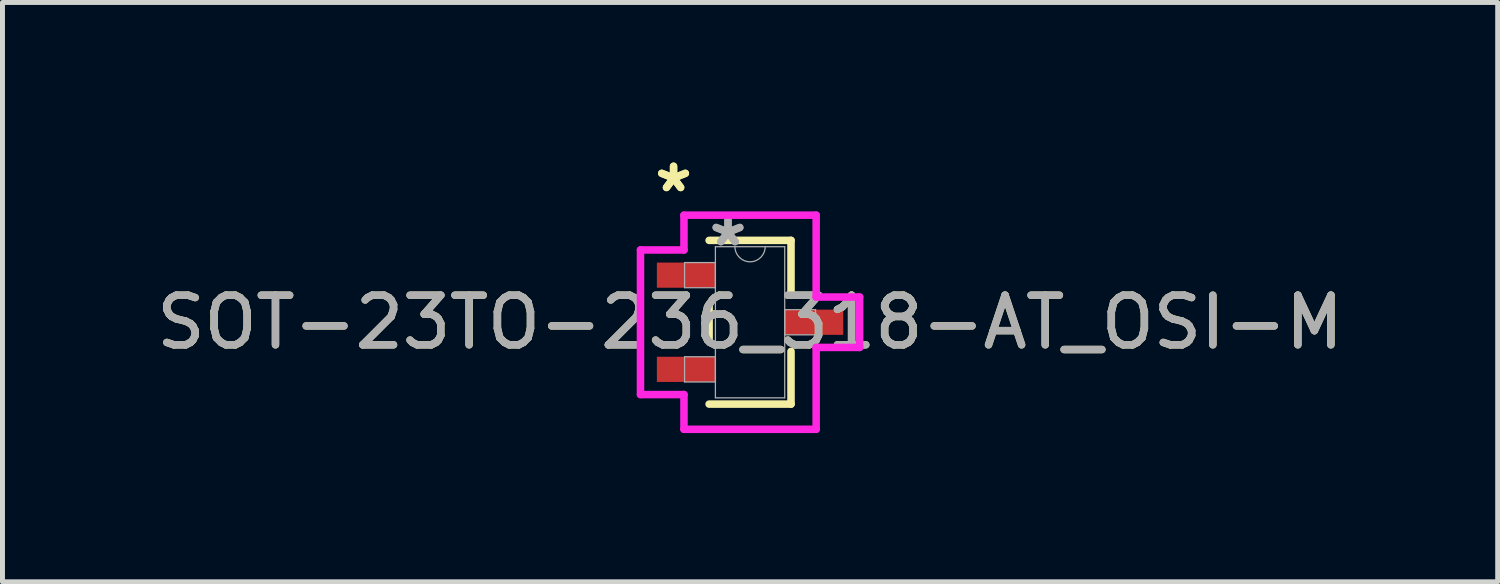
<source format=kicad_pcb>
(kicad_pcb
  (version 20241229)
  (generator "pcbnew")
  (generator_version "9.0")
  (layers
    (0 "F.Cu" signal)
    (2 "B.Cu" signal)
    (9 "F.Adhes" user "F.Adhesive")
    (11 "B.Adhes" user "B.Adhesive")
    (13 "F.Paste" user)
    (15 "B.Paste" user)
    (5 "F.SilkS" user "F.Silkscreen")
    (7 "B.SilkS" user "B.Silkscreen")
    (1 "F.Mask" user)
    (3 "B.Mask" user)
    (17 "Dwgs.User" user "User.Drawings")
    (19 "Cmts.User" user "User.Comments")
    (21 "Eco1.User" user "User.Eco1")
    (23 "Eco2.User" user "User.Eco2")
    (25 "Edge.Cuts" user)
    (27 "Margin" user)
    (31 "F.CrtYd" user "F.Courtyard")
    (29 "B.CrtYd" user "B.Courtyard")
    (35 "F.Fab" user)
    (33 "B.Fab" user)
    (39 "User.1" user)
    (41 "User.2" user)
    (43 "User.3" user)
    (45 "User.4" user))
  (footprint "SOT-23TO-236_318-AT_OSI-M"
    (layer "F.Cu")
    (at 12.077 3.449)
    (property "Reference" "SOT-23TO-236_318-AT_OSI-M" (at 0 0 0) (unlocked yes) (layer "F.SilkS") (effects (font (size 1 1) (thickness 0.15))))
    (attr smd)
    (fp_line (start -0.826 -0.363) (end -0.826 0.363) (stroke (width 0.152) (type solid)) (layer "F.SilkS"))
    (fp_line (start -0.826 1.651) (end 0.826 1.651) (stroke (width 0.152) (type solid)) (layer "F.SilkS"))
    (fp_line (start 0.826 -1.651) (end -0.826 -1.651) (stroke (width 0.152) (type solid)) (layer "F.SilkS"))
    (fp_line (start 0.826 -0.587) (end 0.826 -1.651) (stroke (width 0.152) (type solid)) (layer "F.SilkS"))
    (fp_line (start 0.826 1.651) (end 0.826 0.587) (stroke (width 0.152) (type solid)) (layer "F.SilkS"))
    (fp_line (start -2.21 -1.458) (end -1.333 -1.458) (stroke (width 0.152) (type solid)) (layer "F.CrtYd"))
    (fp_line (start -2.21 1.458) (end -2.21 -1.458) (stroke (width 0.152) (type solid)) (layer "F.CrtYd"))
    (fp_line (start -1.333 -2.159) (end 1.333 -2.159) (stroke (width 0.152) (type solid)) (layer "F.CrtYd"))
    (fp_line (start -1.333 -1.458) (end -1.333 -2.159) (stroke (width 0.152) (type solid)) (layer "F.CrtYd"))
    (fp_line (start -1.333 1.458) (end -2.21 1.458) (stroke (width 0.152) (type solid)) (layer "F.CrtYd"))
    (fp_line (start -1.333 2.159) (end -1.333 1.458) (stroke (width 0.152) (type solid)) (layer "F.CrtYd"))
    (fp_line (start 1.333 -2.159) (end 1.333 -0.508) (stroke (width 0.152) (type solid)) (layer "F.CrtYd"))
    (fp_line (start 1.333 -0.508) (end 2.21 -0.508) (stroke (width 0.152) (type solid)) (layer "F.CrtYd"))
    (fp_line (start 1.333 0.508) (end 1.333 2.159) (stroke (width 0.152) (type solid)) (layer "F.CrtYd"))
    (fp_line (start 1.333 2.159) (end -1.333 2.159) (stroke (width 0.152) (type solid)) (layer "F.CrtYd"))
    (fp_line (start 2.21 -0.508) (end 2.21 0.508) (stroke (width 0.152) (type solid)) (layer "F.CrtYd"))
    (fp_line (start 2.21 0.508) (end 1.333 0.508) (stroke (width 0.152) (type solid)) (layer "F.CrtYd"))
    (fp_line (start -1.321 -1.204) (end -1.321 -0.696) (stroke (width 0.025) (type solid)) (layer "F.Fab"))
    (fp_line (start -1.321 -0.696) (end -0.699 -0.696) (stroke (width 0.025) (type solid)) (layer "F.Fab"))
    (fp_line (start -1.321 0.696) (end -1.321 1.204) (stroke (width 0.025) (type solid)) (layer "F.Fab"))
    (fp_line (start -1.321 1.204) (end -0.699 1.204) (stroke (width 0.025) (type solid)) (layer "F.Fab"))
    (fp_line (start -0.699 -1.524) (end -0.699 1.524) (stroke (width 0.025) (type solid)) (layer "F.Fab"))
    (fp_line (start -0.699 -1.204) (end -1.321 -1.204) (stroke (width 0.025) (type solid)) (layer "F.Fab"))
    (fp_line (start -0.699 -0.696) (end -0.699 -1.204) (stroke (width 0.025) (type solid)) (layer "F.Fab"))
    (fp_line (start -0.699 0.696) (end -1.321 0.696) (stroke (width 0.025) (type solid)) (layer "F.Fab"))
    (fp_line (start -0.699 1.204) (end -0.699 0.696) (stroke (width 0.025) (type solid)) (layer "F.Fab"))
    (fp_line (start -0.699 1.524) (end 0.699 1.524) (stroke (width 0.025) (type solid)) (layer "F.Fab"))
    (fp_line (start 0.699 -1.524) (end -0.699 -1.524) (stroke (width 0.025) (type solid)) (layer "F.Fab"))
    (fp_line (start 0.699 -0.254) (end 0.699 0.254) (stroke (width 0.025) (type solid)) (layer "F.Fab"))
    (fp_line (start 0.699 0.254) (end 1.321 0.254) (stroke (width 0.025) (type solid)) (layer "F.Fab"))
    (fp_line (start 0.699 1.524) (end 0.699 -1.524) (stroke (width 0.025) (type solid)) (layer "F.Fab"))
    (fp_line (start 1.321 -0.254) (end 0.699 -0.254) (stroke (width 0.025) (type solid)) (layer "F.Fab"))
    (fp_line (start 1.321 0.254) (end 1.321 -0.254) (stroke (width 0.025) (type solid)) (layer "F.Fab"))
    (fp_arc (start 0.3048 -1.524) (mid 0 -1.2192) (end -0.3048 -1.524) (stroke (width 0.0254) (type solid)) (layer "F.Fab"))
    (fp_text user "*" (at -1.543 -2.601 0) (layer "F.SilkS") (effects (font (size 1 1) (thickness 0.15))))
    (fp_text user "*" (at -1.543 -2.601 0) (unlocked yes) (layer "F.SilkS") (effects (font (size 1 1) (thickness 0.15))))
    (fp_text user "*" (at -0.445 -1.509 0) (layer "F.Fab") (effects (font (size 1 1) (thickness 0.15))))
    (fp_text user "${REFERENCE}" (at 0 0 0) (unlocked yes) (layer "F.Fab") (effects (font (size 1 1) (thickness 0.15))))
    (fp_text user "*" (at -0.445 -1.509 0) (unlocked yes) (layer "F.Fab") (effects (font (size 1 1) (thickness 0.15))))
    (pad "1" smd rect (at -1.289 -0.95) (size 1.181 0.508) (layers "F.Cu" "F.Mask" "F.Paste"))
    (pad "2" smd rect (at -1.289 0.95) (size 1.181 0.508) (layers "F.Cu" "F.Mask" "F.Paste"))
    (pad "3" smd rect (at 1.289 0) (size 1.181 0.508) (layers "F.Cu" "F.Mask" "F.Paste")))
  (gr_rect
    (start -3 -3)
    (end 27.155 8.684)
    (stroke (width 0.1) (type default))
    (fill no)
    (layer "Edge.Cuts")))
</source>
